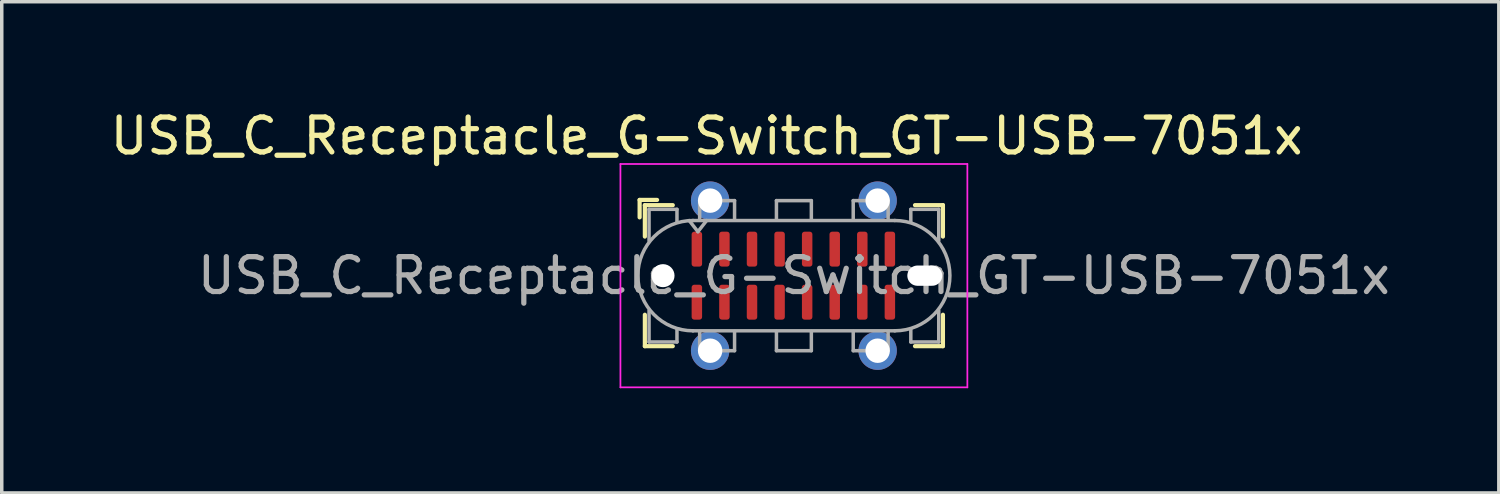
<source format=kicad_pcb>
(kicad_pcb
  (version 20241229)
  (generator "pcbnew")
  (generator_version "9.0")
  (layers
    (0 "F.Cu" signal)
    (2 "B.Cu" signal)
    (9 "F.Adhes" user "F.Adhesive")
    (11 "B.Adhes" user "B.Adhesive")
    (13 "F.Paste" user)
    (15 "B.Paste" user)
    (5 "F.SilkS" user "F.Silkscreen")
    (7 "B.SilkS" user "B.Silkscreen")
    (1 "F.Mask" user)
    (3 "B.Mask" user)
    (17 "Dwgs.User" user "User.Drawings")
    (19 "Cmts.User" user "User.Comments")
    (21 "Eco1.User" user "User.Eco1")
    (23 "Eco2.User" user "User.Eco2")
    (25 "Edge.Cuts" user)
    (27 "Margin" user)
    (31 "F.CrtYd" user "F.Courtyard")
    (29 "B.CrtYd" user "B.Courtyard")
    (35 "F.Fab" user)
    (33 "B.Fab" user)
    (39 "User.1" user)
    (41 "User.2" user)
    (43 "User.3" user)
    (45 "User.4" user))
  (footprint "USB_C_Receptacle_G-Switch_GT-USB-7051x"
    (layer "F.Cu")
    (at 19.696 4.848)
    (property "Reference" "USB_C_Receptacle_G-Switch_GT-USB-7051x" (at -2.5 -4 0) (unlocked yes) (layer "F.SilkS") (effects (font (size 1 1) (thickness 0.15))))
    (attr smd)
    (fp_line (start -4.42 -2.17) (end -4.42 -1.67) (stroke (width 0.12) (type solid)) (layer "F.SilkS"))
    (fp_line (start -4.42 -2.17) (end -3.92 -2.17) (stroke (width 0.12) (type solid)) (layer "F.SilkS"))
    (fp_line (start -4.27 -2.02) (end -4.27 -1.12) (stroke (width 0.12) (type solid)) (layer "F.SilkS"))
    (fp_line (start -4.27 -2.02) (end -3.47 -2.02) (stroke (width 0.12) (type solid)) (layer "F.SilkS"))
    (fp_line (start -4.27 2.02) (end -4.27 1.12) (stroke (width 0.12) (type solid)) (layer "F.SilkS"))
    (fp_line (start -4.27 2.02) (end -3.47 2.02) (stroke (width 0.12) (type solid)) (layer "F.SilkS"))
    (fp_line (start 4.27 -2.02) (end 3.47 -2.02) (stroke (width 0.12) (type solid)) (layer "F.SilkS"))
    (fp_line (start 4.27 -2.02) (end 4.27 -1.12) (stroke (width 0.12) (type solid)) (layer "F.SilkS"))
    (fp_line (start 4.27 2.02) (end 3.47 2.02) (stroke (width 0.12) (type solid)) (layer "F.SilkS"))
    (fp_line (start 4.27 2.02) (end 4.27 1.12) (stroke (width 0.12) (type solid)) (layer "F.SilkS"))
    (fp_line (start -4.97 -3.2) (end -4.97 3.2) (stroke (width 0.05) (type solid)) (layer "F.CrtYd"))
    (fp_line (start -4.97 3.2) (end 4.97 3.2) (stroke (width 0.05) (type solid)) (layer "F.CrtYd"))
    (fp_line (start 4.97 -3.2) (end -4.97 -3.2) (stroke (width 0.05) (type solid)) (layer "F.CrtYd"))
    (fp_line (start 4.97 3.2) (end 4.97 -3.2) (stroke (width 0.05) (type solid)) (layer "F.CrtYd"))
    (fp_line (start -4.15 -1.9) (end -4.15 -1) (stroke (width 0.1) (type solid)) (layer "F.Fab"))
    (fp_line (start -4.15 -1.9) (end -3.35 -1.9) (stroke (width 0.1) (type solid)) (layer "F.Fab"))
    (fp_line (start -4.15 1.9) (end -4.15 1) (stroke (width 0.1) (type solid)) (layer "F.Fab"))
    (fp_line (start -4.15 1.9) (end -3.35 1.9) (stroke (width 0.1) (type solid)) (layer "F.Fab"))
    (fp_line (start -3.35 -1.9) (end -3.35 -1.55) (stroke (width 0.1) (type solid)) (layer "F.Fab"))
    (fp_line (start -3.35 1.9) (end -3.35 1.55) (stroke (width 0.1) (type solid)) (layer "F.Fab"))
    (fp_line (start -2.89 1.58) (end 2.89 1.58) (stroke (width 0.1) (type solid)) (layer "F.Fab"))
    (fp_line (start -2.75 -1.26) (end -3 -1.58) (stroke (width 0.1) (type solid)) (layer "F.Fab"))
    (fp_line (start -2.7 -2.15) (end -1.7 -2.15) (stroke (width 0.1) (type solid)) (layer "F.Fab"))
    (fp_line (start -2.7 -1.6) (end -2.7 -2.15) (stroke (width 0.1) (type solid)) (layer "F.Fab"))
    (fp_line (start -2.7 1.6) (end -2.7 2.15) (stroke (width 0.1) (type solid)) (layer "F.Fab"))
    (fp_line (start -2.7 2.15) (end -1.7 2.15) (stroke (width 0.1) (type solid)) (layer "F.Fab"))
    (fp_line (start -2.5 -1.58) (end -2.75 -1.26) (stroke (width 0.1) (type solid)) (layer "F.Fab"))
    (fp_line (start -1.7 -2.15) (end -1.7 -1.6) (stroke (width 0.1) (type solid)) (layer "F.Fab"))
    (fp_line (start -1.7 2.15) (end -1.7 1.6) (stroke (width 0.1) (type solid)) (layer "F.Fab"))
    (fp_line (start -0.5 -2.15) (end 0.5 -2.15) (stroke (width 0.1) (type solid)) (layer "F.Fab"))
    (fp_line (start -0.5 -1.6) (end -0.5 -2.15) (stroke (width 0.1) (type solid)) (layer "F.Fab"))
    (fp_line (start -0.5 2.15) (end -0.5 1.6) (stroke (width 0.1) (type solid)) (layer "F.Fab"))
    (fp_line (start 0.5 -2.15) (end 0.5 -1.6) (stroke (width 0.1) (type solid)) (layer "F.Fab"))
    (fp_line (start 0.5 1.6) (end 0.5 2.15) (stroke (width 0.1) (type solid)) (layer "F.Fab"))
    (fp_line (start 0.5 2.15) (end -0.5 2.15) (stroke (width 0.1) (type solid)) (layer "F.Fab"))
    (fp_line (start 1.7 -2.15) (end 1.7 -1.6) (stroke (width 0.1) (type solid)) (layer "F.Fab"))
    (fp_line (start 1.7 2.15) (end 1.7 1.6) (stroke (width 0.1) (type solid)) (layer "F.Fab"))
    (fp_line (start 2.7 -2.15) (end 1.7 -2.15) (stroke (width 0.1) (type solid)) (layer "F.Fab"))
    (fp_line (start 2.7 -1.6) (end 2.7 -2.15) (stroke (width 0.1) (type solid)) (layer "F.Fab"))
    (fp_line (start 2.7 1.6) (end 2.7 2.15) (stroke (width 0.1) (type solid)) (layer "F.Fab"))
    (fp_line (start 2.7 2.15) (end 1.7 2.15) (stroke (width 0.1) (type solid)) (layer "F.Fab"))
    (fp_line (start 2.89 -1.58) (end -2.89 -1.58) (stroke (width 0.1) (type solid)) (layer "F.Fab"))
    (fp_line (start 3.35 -1.9) (end 3.35 -1.55) (stroke (width 0.1) (type solid)) (layer "F.Fab"))
    (fp_line (start 3.35 1.9) (end 3.35 1.55) (stroke (width 0.1) (type solid)) (layer "F.Fab"))
    (fp_line (start 4.15 -1.9) (end 3.35 -1.9) (stroke (width 0.1) (type solid)) (layer "F.Fab"))
    (fp_line (start 4.15 -1.9) (end 4.15 -1) (stroke (width 0.1) (type solid)) (layer "F.Fab"))
    (fp_line (start 4.15 1.9) (end 3.35 1.9) (stroke (width 0.1) (type solid)) (layer "F.Fab"))
    (fp_line (start 4.15 1.9) (end 4.15 1) (stroke (width 0.1) (type solid)) (layer "F.Fab"))
    (fp_arc (start -2.89 1.58) (mid -4.47 0) (end -2.89 -1.58) (stroke (width 0.1) (type solid)) (layer "F.Fab"))
    (fp_arc (start 2.89 -1.58) (mid 4.47 0) (end 2.89 1.58) (stroke (width 0.1) (type solid)) (layer "F.Fab"))
    (fp_text user "${REFERENCE}" (at 0 0 0) (unlocked yes) (layer "F.Fab") (effects (font (size 1 1) (thickness 0.15))))
    (pad "" np_thru_hole circle (at -3.75 0) (size 0.66 0.66) (drill 0.66) (layers "*.Cu" "*.Mask"))
    (pad "" np_thru_hole oval (at 3.75 0) (size 1 0.58) (drill oval 1 0.58) (layers "*.Cu" "*.Mask"))
    (pad "A1" smd roundrect (at -2.78 -0.76) (size 0.3 1) (layers "F.Cu" "F.Mask" "F.Paste") (roundrect_rratio 0.25))
    (pad "A4" smd roundrect (at -1.99 -0.76) (size 0.3 1) (layers "F.Cu" "F.Mask" "F.Paste") (roundrect_rratio 0.25))
    (pad "A5" smd roundrect (at -1.2 -0.76) (size 0.3 1) (layers "F.Cu" "F.Mask" "F.Paste") (roundrect_rratio 0.25))
    (pad "A6" smd roundrect (at -0.41 -0.76) (size 0.3 1) (layers "F.Cu" "F.Mask" "F.Paste") (roundrect_rratio 0.25))
    (pad "A7" smd roundrect (at 0.38 -0.76) (size 0.3 1) (layers "F.Cu" "F.Mask" "F.Paste") (roundrect_rratio 0.25))
    (pad "A8" smd roundrect (at 1.17 -0.76) (size 0.3 1) (layers "F.Cu" "F.Mask" "F.Paste") (roundrect_rratio 0.25))
    (pad "A9" smd roundrect (at 1.96 -0.76) (size 0.3 1) (layers "F.Cu" "F.Mask" "F.Paste") (roundrect_rratio 0.25))
    (pad "A12" smd roundrect (at 2.75 -0.76) (size 0.3 1) (layers "F.Cu" "F.Mask" "F.Paste") (roundrect_rratio 0.25))
    (pad "B1" smd roundrect (at 2.75 0.76) (size 0.3 1) (layers "F.Cu" "F.Mask" "F.Paste") (roundrect_rratio 0.25))
    (pad "B4" smd roundrect (at 1.96 0.76) (size 0.3 1) (layers "F.Cu" "F.Mask" "F.Paste") (roundrect_rratio 0.25))
    (pad "B5" smd roundrect (at 1.17 0.76) (size 0.3 1) (layers "F.Cu" "F.Mask" "F.Paste") (roundrect_rratio 0.25))
    (pad "B6" smd roundrect (at 0.38 0.76) (size 0.3 1) (layers "F.Cu" "F.Mask" "F.Paste") (roundrect_rratio 0.25))
    (pad "B7" smd roundrect (at -0.41 0.76) (size 0.3 1) (layers "F.Cu" "F.Mask" "F.Paste") (roundrect_rratio 0.25))
    (pad "B8" smd roundrect (at -1.2 0.76) (size 0.3 1) (layers "F.Cu" "F.Mask" "F.Paste") (roundrect_rratio 0.25))
    (pad "B9" smd roundrect (at -1.99 0.76) (size 0.3 1) (layers "F.Cu" "F.Mask" "F.Paste") (roundrect_rratio 0.25))
    (pad "B12" smd roundrect (at -2.78 0.76) (size 0.3 1) (layers "F.Cu" "F.Mask" "F.Paste") (roundrect_rratio 0.25))
    (pad "SH" thru_hole circle (at -2.4 -2.15) (size 1.1 1.1) (drill 0.7) (property pad_prop_mechanical) (layers "*.Cu" "*.Mask" "F.Paste"))
    (pad "SH" thru_hole circle (at -2.4 2.15) (size 1.1 1.1) (drill 0.7) (property pad_prop_mechanical) (layers "*.Cu" "*.Mask" "F.Paste"))
    (pad "SH" thru_hole circle (at 2.4 -2.15) (size 1.1 1.1) (drill 0.7) (property pad_prop_mechanical) (layers "*.Cu" "*.Mask" "F.Paste"))
    (pad "SH" thru_hole circle (at 2.4 2.15) (size 1.1 1.1) (drill 0.7) (property pad_prop_mechanical) (layers "*.Cu" "*.Mask" "F.Paste"))
    (zone (net_name "") (layer "F.Cu") (name "peg") (hatch full 0.508) (connect_pads) (min_thickness 0.254) (filled_areas_thickness no) (keepout (tracks not_allowed) (vias not_allowed) (pads not_allowed) (copperpour not_allowed) (footprints not_allowed)) (placement (enabled no)) (fill) (polygon (pts (xy 20.496 3.048) (xy 18.896 3.048) (xy 18.896 2.348) (xy 20.496 2.348))))
    (zone (net_name "") (layer "F.Cu") (name "peg") (hatch full 0.508) (connect_pads) (min_thickness 0.254) (filled_areas_thickness no) (keepout (tracks not_allowed) (vias not_allowed) (pads not_allowed) (copperpour not_allowed) (footprints not_allowed)) (placement (enabled no)) (fill) (polygon (pts (xy 20.496 7.348) (xy 18.896 7.348) (xy 18.896 6.648) (xy 20.496 6.648)))))
  (gr_rect
    (start -3 -3)
    (end 39.893 11.073)
    (stroke (width 0.1) (type default))
    (fill no)
    (layer "Edge.Cuts")))
</source>
